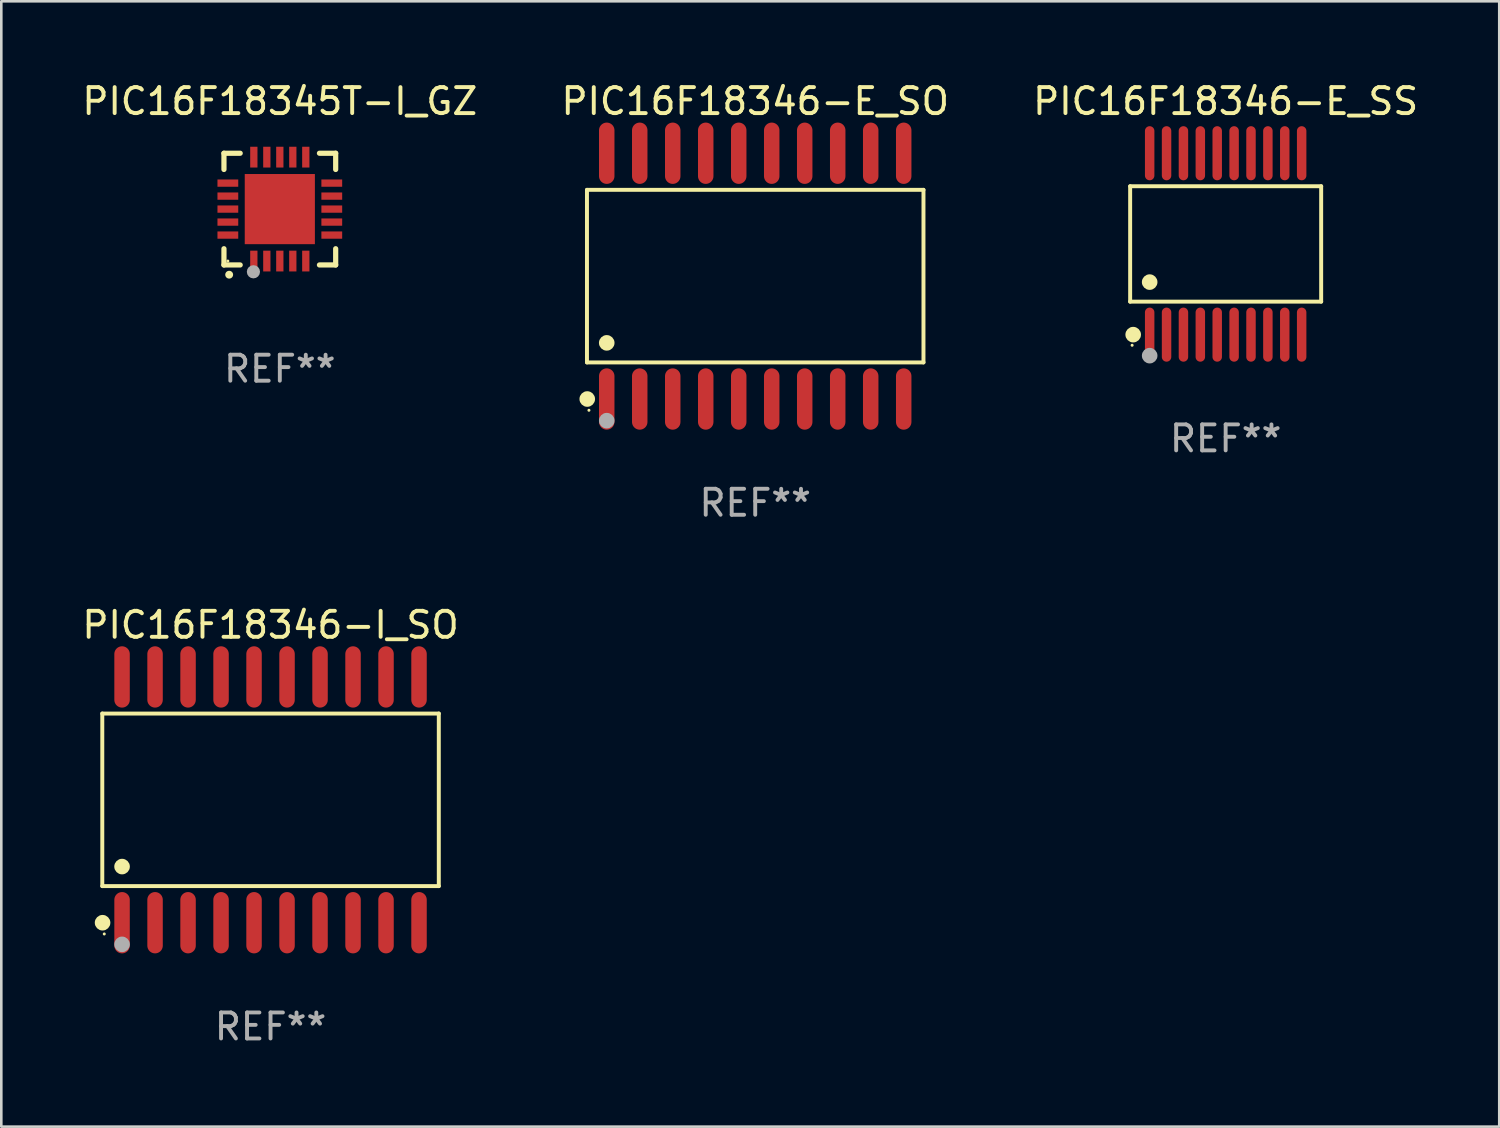
<source format=kicad_pcb>
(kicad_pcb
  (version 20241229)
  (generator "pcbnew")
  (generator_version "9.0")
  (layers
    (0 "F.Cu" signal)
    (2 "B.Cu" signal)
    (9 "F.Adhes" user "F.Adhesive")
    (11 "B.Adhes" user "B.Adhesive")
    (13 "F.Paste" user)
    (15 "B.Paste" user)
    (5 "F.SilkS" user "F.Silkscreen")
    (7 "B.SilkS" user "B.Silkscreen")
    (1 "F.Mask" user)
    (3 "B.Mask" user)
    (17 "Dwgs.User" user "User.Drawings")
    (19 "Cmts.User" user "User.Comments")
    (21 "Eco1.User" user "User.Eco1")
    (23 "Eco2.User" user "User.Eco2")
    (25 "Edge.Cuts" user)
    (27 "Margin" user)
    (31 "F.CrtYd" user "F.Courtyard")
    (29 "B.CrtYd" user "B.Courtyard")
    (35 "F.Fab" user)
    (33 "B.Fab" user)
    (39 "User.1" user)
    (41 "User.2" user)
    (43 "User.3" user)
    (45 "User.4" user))
  (footprint "PIC16F18346-E_SS"
    (layer "F.Cu")
    (at 44.125 6.339)
    (property "Reference" "PIC16F18346-E_SS" (at 0 -5.491 0) (layer "F.SilkS") (effects (font (size 1 1) (thickness 0.15))))
    (attr through_hole)
    (fp_line (start -3.676 -2.221) (end 3.676 -2.221) (stroke (width 0.152) (type solid)) (layer "F.SilkS"))
    (fp_line (start -3.676 2.221) (end -3.676 -2.221) (stroke (width 0.152) (type solid)) (layer "F.SilkS"))
    (fp_line (start 3.676 -2.221) (end 3.676 2.221) (stroke (width 0.152) (type solid)) (layer "F.SilkS"))
    (fp_line (start 3.676 2.221) (end -3.676 2.221) (stroke (width 0.152) (type solid)) (layer "F.SilkS"))
    (fp_circle (center -3.6 3.9) (end -3.57 3.9) (stroke (width 0.06) (type solid)) (fill no) (layer "F.SilkS"))
    (fp_circle (center -3.559 3.491) (end -3.409 3.491) (stroke (width 0.3) (type solid)) (fill no) (layer "F.SilkS"))
    (fp_circle (center -2.925 1.469) (end -2.775 1.469) (stroke (width 0.3) (type solid)) (fill no) (layer "F.SilkS"))
    (fp_circle (center -2.925 4.3) (end -2.775 4.3) (stroke (width 0.3) (type solid)) (fill no) (layer "F.Fab"))
    (fp_text user "REF**" (at 0 7.491 0) (layer "F.Fab") (effects (font (size 1 1) (thickness 0.15))))
    (pad "1" smd oval (at -2.925 3.491) (size 0.364 2.082) (layers "F.Cu" "F.Mask" "F.Paste"))
    (pad "2" smd oval (at -2.275 3.491) (size 0.364 2.082) (layers "F.Cu" "F.Mask" "F.Paste"))
    (pad "3" smd oval (at -1.625 3.491) (size 0.364 2.082) (layers "F.Cu" "F.Mask" "F.Paste"))
    (pad "4" smd oval (at -0.975 3.491) (size 0.364 2.082) (layers "F.Cu" "F.Mask" "F.Paste"))
    (pad "5" smd oval (at -0.325 3.491) (size 0.364 2.082) (layers "F.Cu" "F.Mask" "F.Paste"))
    (pad "6" smd oval (at 0.325 3.491) (size 0.364 2.082) (layers "F.Cu" "F.Mask" "F.Paste"))
    (pad "7" smd oval (at 0.975 3.491) (size 0.364 2.082) (layers "F.Cu" "F.Mask" "F.Paste"))
    (pad "8" smd oval (at 1.625 3.491) (size 0.364 2.082) (layers "F.Cu" "F.Mask" "F.Paste"))
    (pad "9" smd oval (at 2.275 3.491) (size 0.364 2.082) (layers "F.Cu" "F.Mask" "F.Paste"))
    (pad "10" smd oval (at 2.925 3.491) (size 0.364 2.082) (layers "F.Cu" "F.Mask" "F.Paste"))
    (pad "11" smd oval (at 2.925 -3.491) (size 0.364 2.082) (layers "F.Cu" "F.Mask" "F.Paste"))
    (pad "12" smd oval (at 2.275 -3.491) (size 0.364 2.082) (layers "F.Cu" "F.Mask" "F.Paste"))
    (pad "13" smd oval (at 1.625 -3.491) (size 0.364 2.082) (layers "F.Cu" "F.Mask" "F.Paste"))
    (pad "14" smd oval (at 0.975 -3.491) (size 0.364 2.082) (layers "F.Cu" "F.Mask" "F.Paste"))
    (pad "15" smd oval (at 0.325 -3.491) (size 0.364 2.082) (layers "F.Cu" "F.Mask" "F.Paste"))
    (pad "16" smd oval (at -0.325 -3.491) (size 0.364 2.082) (layers "F.Cu" "F.Mask" "F.Paste"))
    (pad "17" smd oval (at -0.975 -3.491) (size 0.364 2.082) (layers "F.Cu" "F.Mask" "F.Paste"))
    (pad "18" smd oval (at -1.625 -3.491) (size 0.364 2.082) (layers "F.Cu" "F.Mask" "F.Paste"))
    (pad "19" smd oval (at -2.275 -3.491) (size 0.364 2.082) (layers "F.Cu" "F.Mask" "F.Paste"))
    (pad "20" smd oval (at -2.925 -3.491) (size 0.364 2.082) (layers "F.Cu" "F.Mask" "F.Paste")))
  (footprint "PIC16F18345T-I_GZ"
    (layer "F.Cu")
    (at 7.72 4.998)
    (property "Reference" "PIC16F18345T-I_GZ" (at 0 -4.15 0) (layer "F.SilkS") (effects (font (size 1 1) (thickness 0.15))))
    (attr through_hole)
    (fp_line (start -2.15 -2.15) (end -2.15 -1.525) (stroke (width 0.2) (type solid)) (layer "F.SilkS"))
    (fp_line (start -2.15 2.15) (end -2.15 1.525) (stroke (width 0.2) (type solid)) (layer "F.SilkS"))
    (fp_line (start -1.525 -2.15) (end -2.15 -2.15) (stroke (width 0.2) (type solid)) (layer "F.SilkS"))
    (fp_line (start -1.525 2.15) (end -2.15 2.15) (stroke (width 0.2) (type solid)) (layer "F.SilkS"))
    (fp_line (start 1.525 2.15) (end 2.15 2.15) (stroke (width 0.2) (type solid)) (layer "F.SilkS"))
    (fp_line (start 2.15 -2.15) (end 1.525 -2.15) (stroke (width 0.2) (type solid)) (layer "F.SilkS"))
    (fp_line (start 2.15 -1.525) (end 2.15 -2.15) (stroke (width 0.2) (type solid)) (layer "F.SilkS"))
    (fp_line (start 2.15 2.15) (end 2.15 1.525) (stroke (width 0.2) (type solid)) (layer "F.SilkS"))
    (fp_arc (start -1.950724 2.524765) (mid -1.949454 2.52476) (end -1.948184 2.524765) (stroke (width 0.3) (type solid)) (layer "F.SilkS"))
    (fp_circle (center -2 2) (end -1.97 2) (stroke (width 0.06) (type solid)) (fill no) (layer "F.SilkS"))
    (fp_circle (center -1.016 2.413) (end -0.889 2.413) (stroke (width 0.254) (type solid)) (fill no) (layer "F.Fab"))
    (fp_text user "REF**" (at 0 6.15 0) (layer "F.Fab") (effects (font (size 1 1) (thickness 0.15))))
    (pad "1" smd rect (at -1 2 180) (size 0.28 0.8) (layers "F.Cu" "F.Mask" "F.Paste"))
    (pad "2" smd rect (at -0.5 2 180) (size 0.28 0.8) (layers "F.Cu" "F.Mask" "F.Paste"))
    (pad "3" smd rect (at 0 2 180) (size 0.28 0.8) (layers "F.Cu" "F.Mask" "F.Paste"))
    (pad "4" smd rect (at 0.5 2 180) (size 0.28 0.8) (layers "F.Cu" "F.Mask" "F.Paste"))
    (pad "5" smd rect (at 1 2 180) (size 0.28 0.8) (layers "F.Cu" "F.Mask" "F.Paste"))
    (pad "6" smd rect (at 2 1 90) (size 0.28 0.8) (layers "F.Cu" "F.Mask" "F.Paste"))
    (pad "7" smd rect (at 2 0.5 90) (size 0.28 0.8) (layers "F.Cu" "F.Mask" "F.Paste"))
    (pad "8" smd rect (at 2 0 90) (size 0.28 0.8) (layers "F.Cu" "F.Mask" "F.Paste"))
    (pad "9" smd rect (at 2 -0.5 90) (size 0.28 0.8) (layers "F.Cu" "F.Mask" "F.Paste"))
    (pad "10" smd rect (at 2 -1 90) (size 0.28 0.8) (layers "F.Cu" "F.Mask" "F.Paste"))
    (pad "11" smd rect (at 1 -2 180) (size 0.28 0.8) (layers "F.Cu" "F.Mask" "F.Paste"))
    (pad "12" smd rect (at 0.5 -2 180) (size 0.28 0.8) (layers "F.Cu" "F.Mask" "F.Paste"))
    (pad "13" smd rect (at 0 -2 180) (size 0.28 0.8) (layers "F.Cu" "F.Mask" "F.Paste"))
    (pad "14" smd rect (at -0.5 -2 180) (size 0.28 0.8) (layers "F.Cu" "F.Mask" "F.Paste"))
    (pad "15" smd rect (at -1 -2 180) (size 0.28 0.8) (layers "F.Cu" "F.Mask" "F.Paste"))
    (pad "16" smd rect (at -2 -1 90) (size 0.28 0.8) (layers "F.Cu" "F.Mask" "F.Paste"))
    (pad "17" smd rect (at -2 -0.5 90) (size 0.28 0.8) (layers "F.Cu" "F.Mask" "F.Paste"))
    (pad "18" smd rect (at -2 0 90) (size 0.28 0.8) (layers "F.Cu" "F.Mask" "F.Paste"))
    (pad "19" smd rect (at -2 0.5 90) (size 0.28 0.8) (layers "F.Cu" "F.Mask" "F.Paste"))
    (pad "20" smd rect (at -2 1 90) (size 0.28 0.8) (layers "F.Cu" "F.Mask" "F.Paste"))
    (pad "21" smd rect (at 0 0 90) (size 2.7 2.7) (layers "F.Cu" "F.Mask" "F.Paste")))
  (footprint "PIC16F18346-I_SO"
    (layer "F.Cu")
    (at 7.363 27.735)
    (property "Reference" "PIC16F18346-I_SO" (at 0 -6.73 0) (layer "F.SilkS") (effects (font (size 1 1) (thickness 0.15))))
    (attr through_hole)
    (fp_line (start -6.476 -3.321) (end 6.476 -3.321) (stroke (width 0.152) (type solid)) (layer "F.SilkS"))
    (fp_line (start -6.476 3.321) (end -6.476 -3.321) (stroke (width 0.152) (type solid)) (layer "F.SilkS"))
    (fp_line (start 6.476 -3.321) (end 6.476 3.321) (stroke (width 0.152) (type solid)) (layer "F.SilkS"))
    (fp_line (start 6.476 3.321) (end -6.476 3.321) (stroke (width 0.152) (type solid)) (layer "F.SilkS"))
    (fp_circle (center -6.465 4.73) (end -6.315 4.73) (stroke (width 0.3) (type solid)) (fill no) (layer "F.SilkS"))
    (fp_circle (center -6.4 5.163) (end -6.37 5.163) (stroke (width 0.06) (type solid)) (fill no) (layer "F.SilkS"))
    (fp_circle (center -5.715 2.569) (end -5.565 2.569) (stroke (width 0.3) (type solid)) (fill no) (layer "F.SilkS"))
    (fp_circle (center -5.715 5.563) (end -5.565 5.563) (stroke (width 0.3) (type solid)) (fill no) (layer "F.Fab"))
    (fp_text user "REF**" (at 0 8.73 0) (layer "F.Fab") (effects (font (size 1 1) (thickness 0.15))))
    (pad "1" smd oval (at -5.715 4.73) (size 0.595 2.36) (layers "F.Cu" "F.Mask" "F.Paste"))
    (pad "2" smd oval (at -4.445 4.73) (size 0.595 2.36) (layers "F.Cu" "F.Mask" "F.Paste"))
    (pad "3" smd oval (at -3.175 4.73) (size 0.595 2.36) (layers "F.Cu" "F.Mask" "F.Paste"))
    (pad "4" smd oval (at -1.905 4.73) (size 0.595 2.36) (layers "F.Cu" "F.Mask" "F.Paste"))
    (pad "5" smd oval (at -0.635 4.73) (size 0.595 2.36) (layers "F.Cu" "F.Mask" "F.Paste"))
    (pad "6" smd oval (at 0.635 4.73) (size 0.595 2.36) (layers "F.Cu" "F.Mask" "F.Paste"))
    (pad "7" smd oval (at 1.905 4.73) (size 0.595 2.36) (layers "F.Cu" "F.Mask" "F.Paste"))
    (pad "8" smd oval (at 3.175 4.73) (size 0.595 2.36) (layers "F.Cu" "F.Mask" "F.Paste"))
    (pad "9" smd oval (at 4.445 4.73) (size 0.595 2.36) (layers "F.Cu" "F.Mask" "F.Paste"))
    (pad "10" smd oval (at 5.715 4.73) (size 0.595 2.36) (layers "F.Cu" "F.Mask" "F.Paste"))
    (pad "11" smd oval (at 5.715 -4.73) (size 0.595 2.36) (layers "F.Cu" "F.Mask" "F.Paste"))
    (pad "12" smd oval (at 4.445 -4.73) (size 0.595 2.36) (layers "F.Cu" "F.Mask" "F.Paste"))
    (pad "13" smd oval (at 3.175 -4.73) (size 0.595 2.36) (layers "F.Cu" "F.Mask" "F.Paste"))
    (pad "14" smd oval (at 1.905 -4.73) (size 0.595 2.36) (layers "F.Cu" "F.Mask" "F.Paste"))
    (pad "15" smd oval (at 0.635 -4.73) (size 0.595 2.36) (layers "F.Cu" "F.Mask" "F.Paste"))
    (pad "16" smd oval (at -0.635 -4.73) (size 0.595 2.36) (layers "F.Cu" "F.Mask" "F.Paste"))
    (pad "17" smd oval (at -1.905 -4.73) (size 0.595 2.36) (layers "F.Cu" "F.Mask" "F.Paste"))
    (pad "18" smd oval (at -3.175 -4.73) (size 0.595 2.36) (layers "F.Cu" "F.Mask" "F.Paste"))
    (pad "19" smd oval (at -4.445 -4.73) (size 0.595 2.36) (layers "F.Cu" "F.Mask" "F.Paste"))
    (pad "20" smd oval (at -5.715 -4.73) (size 0.595 2.36) (layers "F.Cu" "F.Mask" "F.Paste")))
  (footprint "PIC16F18346-E_SO"
    (layer "F.Cu")
    (at 26.018 7.578)
    (property "Reference" "PIC16F18346-E_SO" (at 0 -6.73 0) (layer "F.SilkS") (effects (font (size 1 1) (thickness 0.15))))
    (attr through_hole)
    (fp_line (start -6.476 -3.321) (end 6.476 -3.321) (stroke (width 0.152) (type solid)) (layer "F.SilkS"))
    (fp_line (start -6.476 3.321) (end -6.476 -3.321) (stroke (width 0.152) (type solid)) (layer "F.SilkS"))
    (fp_line (start 6.476 -3.321) (end 6.476 3.321) (stroke (width 0.152) (type solid)) (layer "F.SilkS"))
    (fp_line (start 6.476 3.321) (end -6.476 3.321) (stroke (width 0.152) (type solid)) (layer "F.SilkS"))
    (fp_circle (center -6.465 4.73) (end -6.315 4.73) (stroke (width 0.3) (type solid)) (fill no) (layer "F.SilkS"))
    (fp_circle (center -6.4 5.163) (end -6.37 5.163) (stroke (width 0.06) (type solid)) (fill no) (layer "F.SilkS"))
    (fp_circle (center -5.715 2.569) (end -5.565 2.569) (stroke (width 0.3) (type solid)) (fill no) (layer "F.SilkS"))
    (fp_circle (center -5.715 5.563) (end -5.565 5.563) (stroke (width 0.3) (type solid)) (fill no) (layer "F.Fab"))
    (fp_text user "REF**" (at 0 8.73 0) (layer "F.Fab") (effects (font (size 1 1) (thickness 0.15))))
    (pad "1" smd oval (at -5.715 4.73) (size 0.595 2.36) (layers "F.Cu" "F.Mask" "F.Paste"))
    (pad "2" smd oval (at -4.445 4.73) (size 0.595 2.36) (layers "F.Cu" "F.Mask" "F.Paste"))
    (pad "3" smd oval (at -3.175 4.73) (size 0.595 2.36) (layers "F.Cu" "F.Mask" "F.Paste"))
    (pad "4" smd oval (at -1.905 4.73) (size 0.595 2.36) (layers "F.Cu" "F.Mask" "F.Paste"))
    (pad "5" smd oval (at -0.635 4.73) (size 0.595 2.36) (layers "F.Cu" "F.Mask" "F.Paste"))
    (pad "6" smd oval (at 0.635 4.73) (size 0.595 2.36) (layers "F.Cu" "F.Mask" "F.Paste"))
    (pad "7" smd oval (at 1.905 4.73) (size 0.595 2.36) (layers "F.Cu" "F.Mask" "F.Paste"))
    (pad "8" smd oval (at 3.175 4.73) (size 0.595 2.36) (layers "F.Cu" "F.Mask" "F.Paste"))
    (pad "9" smd oval (at 4.445 4.73) (size 0.595 2.36) (layers "F.Cu" "F.Mask" "F.Paste"))
    (pad "10" smd oval (at 5.715 4.73) (size 0.595 2.36) (layers "F.Cu" "F.Mask" "F.Paste"))
    (pad "11" smd oval (at 5.715 -4.73) (size 0.595 2.36) (layers "F.Cu" "F.Mask" "F.Paste"))
    (pad "12" smd oval (at 4.445 -4.73) (size 0.595 2.36) (layers "F.Cu" "F.Mask" "F.Paste"))
    (pad "13" smd oval (at 3.175 -4.73) (size 0.595 2.36) (layers "F.Cu" "F.Mask" "F.Paste"))
    (pad "14" smd oval (at 1.905 -4.73) (size 0.595 2.36) (layers "F.Cu" "F.Mask" "F.Paste"))
    (pad "15" smd oval (at 0.635 -4.73) (size 0.595 2.36) (layers "F.Cu" "F.Mask" "F.Paste"))
    (pad "16" smd oval (at -0.635 -4.73) (size 0.595 2.36) (layers "F.Cu" "F.Mask" "F.Paste"))
    (pad "17" smd oval (at -1.905 -4.73) (size 0.595 2.36) (layers "F.Cu" "F.Mask" "F.Paste"))
    (pad "18" smd oval (at -3.175 -4.73) (size 0.595 2.36) (layers "F.Cu" "F.Mask" "F.Paste"))
    (pad "19" smd oval (at -4.445 -4.73) (size 0.595 2.36) (layers "F.Cu" "F.Mask" "F.Paste"))
    (pad "20" smd oval (at -5.715 -4.73) (size 0.595 2.36) (layers "F.Cu" "F.Mask" "F.Paste")))
  (gr_rect
    (start -3 -3)
    (end 54.655 40.313)
    (stroke (width 0.1) (type default))
    (fill no)
    (layer "Edge.Cuts")))
</source>
